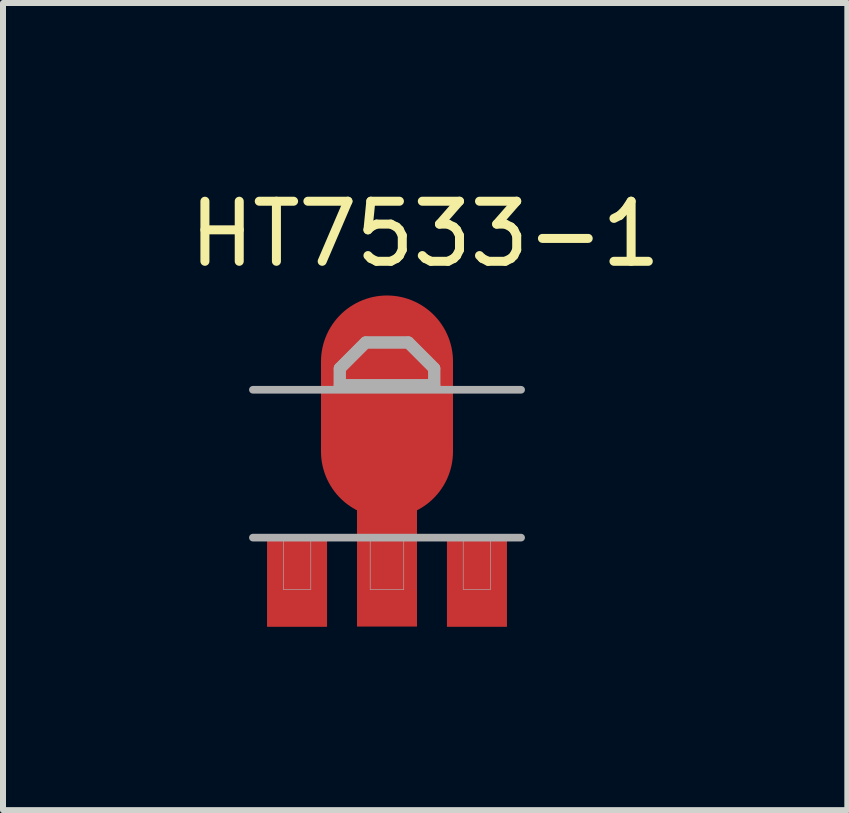
<source format=kicad_pcb>
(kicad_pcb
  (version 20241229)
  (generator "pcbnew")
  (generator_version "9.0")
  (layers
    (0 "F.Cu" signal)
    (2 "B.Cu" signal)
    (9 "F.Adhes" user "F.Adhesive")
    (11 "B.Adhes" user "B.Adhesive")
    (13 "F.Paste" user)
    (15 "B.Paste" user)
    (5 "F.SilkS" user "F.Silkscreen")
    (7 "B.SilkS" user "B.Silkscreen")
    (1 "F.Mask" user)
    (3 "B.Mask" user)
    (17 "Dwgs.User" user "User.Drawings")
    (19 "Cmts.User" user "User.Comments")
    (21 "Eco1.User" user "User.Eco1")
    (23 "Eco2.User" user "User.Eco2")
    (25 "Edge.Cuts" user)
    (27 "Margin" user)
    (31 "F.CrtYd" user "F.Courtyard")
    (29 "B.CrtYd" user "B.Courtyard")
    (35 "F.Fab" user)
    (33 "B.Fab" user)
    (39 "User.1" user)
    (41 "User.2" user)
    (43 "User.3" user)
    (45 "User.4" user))
  (footprint "HT7533-1"
    (layer "F.Cu")
    (at 3.399 4.664)
    (property "Reference" "HT7533-1" (at 0.636 -3.815 0) (layer "F.SilkS") (effects (font (size 1.001 1.001) (thickness 0.15))))
    (attr smd)
    (fp_poly (pts (xy -2.028 1.2) (xy -0.975 1.2) (xy -0.975 2.779) (xy -2.028 2.779)) (stroke (width 0.01) (type solid)) (fill yes) (layer "F.Mask"))
    (fp_poly (pts (xy -0.525 1.2) (xy 0.525 1.2) (xy 0.525 2.776) (xy -0.525 2.776)) (stroke (width 0.01) (type solid)) (fill yes) (layer "F.Mask"))
    (fp_poly (pts (xy 0.977 1.2) (xy 2.025 1.2) (xy 2.025 2.78) (xy 0.977 2.78)) (stroke (width 0.01) (type solid)) (fill yes) (layer "F.Mask"))
    (fp_poly (pts (xy -1.903 1.28) (xy -1.1 1.28) (xy -1.1 2.684) (xy -1.903 2.684)) (stroke (width 0.01) (type solid)) (fill yes) (layer "F.Paste"))
    (fp_poly (pts (xy -0.901 -2.2) (xy 0.9 -2.2) (xy 0.9 0) (xy -0.901 0)) (stroke (width 0.01) (type solid)) (fill yes) (layer "F.Paste"))
    (fp_poly (pts (xy -0.4 1.28) (xy 0.4 1.28) (xy 0.4 2.683) (xy -0.4 2.683)) (stroke (width 0.01) (type solid)) (fill yes) (layer "F.Paste"))
    (fp_poly (pts (xy 1.101 1.28) (xy 1.9 1.28) (xy 1.9 2.682) (xy 1.101 2.682)) (stroke (width 0.01) (type solid)) (fill yes) (layer "F.Paste"))
    (fp_line (start -2.235 -1.219) (end 2.235 -1.219) (stroke (width 0.127) (type solid)) (layer "F.Fab"))
    (fp_line (start -0.787 -1.575) (end -0.356 -2.007) (stroke (width 0.2) (type solid)) (layer "F.Fab"))
    (fp_line (start -0.787 -1.295) (end -0.787 -1.575) (stroke (width 0.2) (type solid)) (layer "F.Fab"))
    (fp_line (start -0.356 -2.007) (end 0.356 -2.007) (stroke (width 0.2) (type solid)) (layer "F.Fab"))
    (fp_line (start 0.356 -2.007) (end 0.787 -1.575) (stroke (width 0.2) (type solid)) (layer "F.Fab"))
    (fp_line (start 0.787 -1.575) (end 0.787 -1.295) (stroke (width 0.2) (type solid)) (layer "F.Fab"))
    (fp_line (start 0.787 -1.295) (end -0.787 -1.295) (stroke (width 0.2) (type solid)) (layer "F.Fab"))
    (fp_line (start 2.235 1.245) (end -2.235 1.245) (stroke (width 0.127) (type solid)) (layer "F.Fab"))
    (fp_poly (pts (xy -1.728 1.27) (xy -1.27 1.27) (xy -1.27 2.11) (xy -1.728 2.11)) (stroke (width 0.01) (type solid)) (fill no) (layer "F.Fab"))
    (fp_poly (pts (xy -0.28 1.27) (xy 0.279 1.27) (xy 0.279 2.111) (xy -0.28 2.111)) (stroke (width 0.01) (type solid)) (fill no) (layer "F.Fab"))
    (fp_poly (pts (xy 1.27 1.27) (xy 1.727 1.27) (xy 1.727 2.108) (xy 1.27 2.108)) (stroke (width 0.01) (type solid)) (fill no) (layer "F.Fab"))
    (fp_poly (pts (xy -0.787 -1.321) (xy -0.787 -1.575) (xy -0.356 -2.007) (xy 0.305 -2.007) (xy 0.356 -2.007) (xy 0.787 -1.575) (xy 0.787 -1.295) (xy -0.787 -1.295)) (stroke (width 0.2) (type solid)) (fill no) (layer "F.Fab"))
    (pad "1" smd rect (at -1.499 1.981) (size 1 1.5) (layers "F.Cu"))
    (pad "2" smd rect (at 0 1.727) (size 1 2) (layers "F.Cu"))
    (pad "2@1" smd oval (at 0 -0.94) (size 2.2 3.7) (layers "F.Cu" "F.Mask"))
    (pad "3" smd rect (at 1.499 1.981) (size 1 1.5) (layers "F.Cu")))
  (gr_rect
    (start -3 -3)
    (end 11.07 10.45)
    (stroke (width 0.1) (type default))
    (fill no)
    (layer "Edge.Cuts")))
</source>
